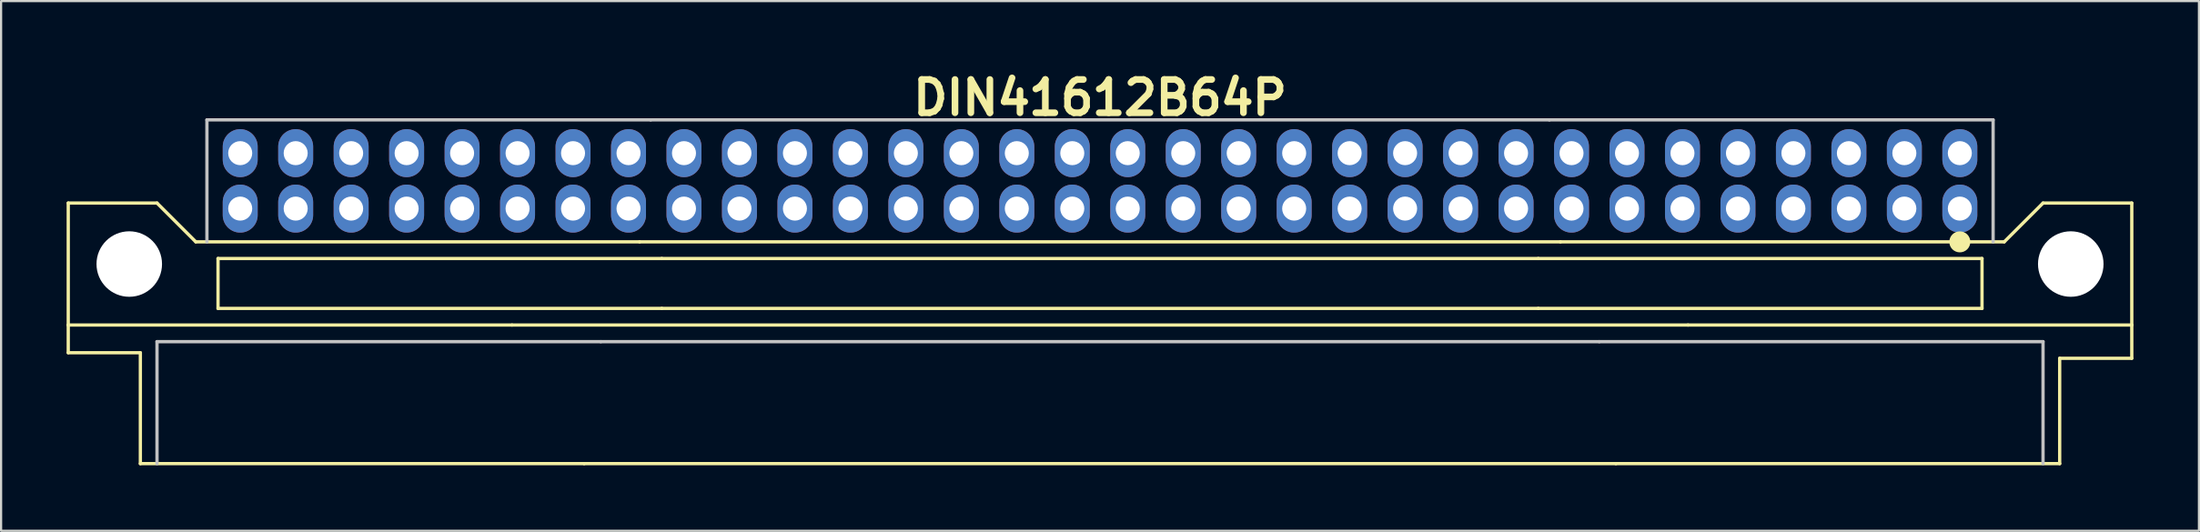
<source format=kicad_pcb>
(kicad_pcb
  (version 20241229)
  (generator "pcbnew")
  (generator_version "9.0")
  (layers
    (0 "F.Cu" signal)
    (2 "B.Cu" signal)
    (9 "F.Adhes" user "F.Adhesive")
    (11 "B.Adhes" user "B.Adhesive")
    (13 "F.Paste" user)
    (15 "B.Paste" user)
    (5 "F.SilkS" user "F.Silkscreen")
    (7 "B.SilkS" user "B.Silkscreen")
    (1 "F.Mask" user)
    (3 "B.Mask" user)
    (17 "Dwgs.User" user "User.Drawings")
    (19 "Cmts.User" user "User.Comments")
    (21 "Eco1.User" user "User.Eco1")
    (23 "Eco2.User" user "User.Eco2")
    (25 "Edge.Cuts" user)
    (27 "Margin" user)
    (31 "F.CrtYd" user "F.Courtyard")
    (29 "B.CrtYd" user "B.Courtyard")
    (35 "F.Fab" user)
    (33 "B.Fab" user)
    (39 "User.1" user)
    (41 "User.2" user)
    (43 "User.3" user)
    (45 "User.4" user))
  (footprint "DIN41612B64P"
    (layer "F.Cu")
    (at 47.319 5.236)
    (property "Reference" "DIN41612B64P" (at 0 -3.81 0) (layer "F.SilkS") (effects (font (size 1.524 1.524) (thickness 0.305))))
    (attr through_hole)
    (fp_line (start -47.244 6.604) (end -47.244 1.016) (stroke (width 0.15) (type solid)) (layer "F.SilkS"))
    (fp_line (start -47.244 6.604) (end -47.244 7.874) (stroke (width 0.15) (type solid)) (layer "F.SilkS"))
    (fp_line (start -47.244 7.874) (end -43.942 7.874) (stroke (width 0.15) (type solid)) (layer "F.SilkS"))
    (fp_line (start -43.942 7.874) (end -43.942 12.954) (stroke (width 0.15) (type solid)) (layer "F.SilkS"))
    (fp_line (start -43.18 1.016) (end -47.244 1.016) (stroke (width 0.15) (type solid)) (layer "F.SilkS"))
    (fp_line (start -41.402 2.794) (end -43.18 1.016) (stroke (width 0.15) (type solid)) (layer "F.SilkS"))
    (fp_line (start -41.402 2.794) (end -21.082 2.794) (stroke (width 0.15) (type solid)) (layer "F.SilkS"))
    (fp_line (start -40.386 3.556) (end -40.386 5.842) (stroke (width 0.15) (type solid)) (layer "F.SilkS"))
    (fp_line (start -26.924 6.604) (end -47.244 6.604) (stroke (width 0.15) (type solid)) (layer "F.SilkS"))
    (fp_line (start -26.924 6.604) (end 26.924 6.604) (stroke (width 0.15) (type solid)) (layer "F.SilkS"))
    (fp_line (start -23.622 12.954) (end -43.942 12.954) (stroke (width 0.15) (type solid)) (layer "F.SilkS"))
    (fp_line (start -23.622 12.954) (end 23.622 12.954) (stroke (width 0.15) (type solid)) (layer "F.SilkS"))
    (fp_line (start -20.066 3.556) (end -40.386 3.556) (stroke (width 0.15) (type solid)) (layer "F.SilkS"))
    (fp_line (start -20.066 5.842) (end -40.386 5.842) (stroke (width 0.15) (type solid)) (layer "F.SilkS"))
    (fp_line (start -20.066 5.842) (end 20.066 5.842) (stroke (width 0.15) (type solid)) (layer "F.SilkS"))
    (fp_line (start 20.066 3.556) (end -20.066 3.556) (stroke (width 0.15) (type solid)) (layer "F.SilkS"))
    (fp_line (start 20.066 5.842) (end 40.386 5.842) (stroke (width 0.15) (type solid)) (layer "F.SilkS"))
    (fp_line (start 21.082 2.794) (end -21.082 2.794) (stroke (width 0.15) (type solid)) (layer "F.SilkS"))
    (fp_line (start 21.082 2.794) (end 41.402 2.794) (stroke (width 0.15) (type solid)) (layer "F.SilkS"))
    (fp_line (start 23.622 12.954) (end 43.942 12.954) (stroke (width 0.15) (type solid)) (layer "F.SilkS"))
    (fp_line (start 26.924 6.604) (end 47.244 6.604) (stroke (width 0.15) (type solid)) (layer "F.SilkS"))
    (fp_line (start 40.386 3.556) (end 20.066 3.556) (stroke (width 0.15) (type solid)) (layer "F.SilkS"))
    (fp_line (start 40.386 5.842) (end 40.386 3.556) (stroke (width 0.15) (type solid)) (layer "F.SilkS"))
    (fp_line (start 41.402 2.794) (end 43.18 1.016) (stroke (width 0.15) (type solid)) (layer "F.SilkS"))
    (fp_line (start 43.18 1.016) (end 47.244 1.016) (stroke (width 0.15) (type solid)) (layer "F.SilkS"))
    (fp_line (start 43.942 12.954) (end 43.942 8.128) (stroke (width 0.15) (type solid)) (layer "F.SilkS"))
    (fp_line (start 47.244 6.604) (end 47.244 1.016) (stroke (width 0.15) (type solid)) (layer "F.SilkS"))
    (fp_line (start 47.244 8.128) (end 43.942 8.128) (stroke (width 0.15) (type solid)) (layer "F.SilkS"))
    (fp_line (start 47.244 8.128) (end 47.244 6.604) (stroke (width 0.15) (type solid)) (layer "F.SilkS"))
    (fp_circle (center 39.37 2.794) (end 39.497 2.794) (stroke (width 0.2) (type solid)) (fill no) (layer "F.SilkS"))
    (fp_circle (center 39.37 2.794) (end 39.624 2.794) (stroke (width 0.2) (type solid)) (fill no) (layer "F.SilkS"))
    (fp_circle (center 39.37 2.794) (end 39.751 2.794) (stroke (width 0.2) (type solid)) (fill no) (layer "F.SilkS"))
    (fp_line (start -43.18 7.366) (end -22.86 7.366) (stroke (width 0.15) (type solid)) (layer "Dwgs.User"))
    (fp_line (start -43.18 12.954) (end -43.18 7.366) (stroke (width 0.15) (type solid)) (layer "Dwgs.User"))
    (fp_line (start -40.894 -2.794) (end -40.894 2.794) (stroke (width 0.15) (type solid)) (layer "Dwgs.User"))
    (fp_line (start -40.894 -2.794) (end -20.574 -2.794) (stroke (width 0.15) (type solid)) (layer "Dwgs.User"))
    (fp_line (start -22.86 7.366) (end 22.86 7.366) (stroke (width 0.15) (type solid)) (layer "Dwgs.User"))
    (fp_line (start 20.574 -2.794) (end -20.574 -2.794) (stroke (width 0.15) (type solid)) (layer "Dwgs.User"))
    (fp_line (start 20.574 -2.794) (end 40.894 -2.794) (stroke (width 0.15) (type solid)) (layer "Dwgs.User"))
    (fp_line (start 22.86 7.366) (end 43.18 7.366) (stroke (width 0.15) (type solid)) (layer "Dwgs.User"))
    (fp_line (start 40.894 2.794) (end 40.894 -2.794) (stroke (width 0.15) (type solid)) (layer "Dwgs.User"))
    (fp_line (start 43.18 7.366) (end 43.18 12.954) (stroke (width 0.15) (type solid)) (layer "Dwgs.User"))
    (pad "" np_thru_hole circle (at -44.45 3.81) (size 3 3) (drill 3) (layers "*.Cu" "*.Mask"))
    (pad "" np_thru_hole circle (at 44.45 3.81) (size 3 3) (drill 3) (layers "*.Cu" "*.Mask"))
    (pad "1A" thru_hole oval (at 39.37 1.27) (size 1.6 2.2) (drill 1.1) (layers "*.Cu" "*.Mask"))
    (pad "1B" thru_hole oval (at 39.37 -1.27) (size 1.6 2.2) (drill 1.1) (layers "*.Cu" "*.Mask"))
    (pad "2A" thru_hole oval (at 36.83 1.27) (size 1.6 2.2) (drill 1.1) (layers "*.Cu" "*.Mask"))
    (pad "2B" thru_hole oval (at 36.83 -1.27) (size 1.6 2.2) (drill 1.1) (layers "*.Cu" "*.Mask"))
    (pad "3A" thru_hole oval (at 34.29 1.27) (size 1.6 2.2) (drill 1.1) (layers "*.Cu" "*.Mask"))
    (pad "3B" thru_hole oval (at 34.29 -1.27) (size 1.6 2.2) (drill 1.1) (layers "*.Cu" "*.Mask"))
    (pad "4A" thru_hole oval (at 31.75 1.27) (size 1.6 2.2) (drill 1.1) (layers "*.Cu" "*.Mask"))
    (pad "4B" thru_hole oval (at 31.75 -1.27) (size 1.6 2.2) (drill 1.1) (layers "*.Cu" "*.Mask"))
    (pad "5A" thru_hole oval (at 29.21 1.27) (size 1.6 2.2) (drill 1.1) (layers "*.Cu" "*.Mask"))
    (pad "5B" thru_hole oval (at 29.21 -1.27) (size 1.6 2.2) (drill 1.1) (layers "*.Cu" "*.Mask"))
    (pad "6A" thru_hole oval (at 26.67 1.27) (size 1.6 2.2) (drill 1.1) (layers "*.Cu" "*.Mask"))
    (pad "6B" thru_hole oval (at 26.67 -1.27) (size 1.6 2.2) (drill 1.1) (layers "*.Cu" "*.Mask"))
    (pad "7A" thru_hole oval (at 24.13 1.27) (size 1.6 2.2) (drill 1.1) (layers "*.Cu" "*.Mask"))
    (pad "7B" thru_hole oval (at 24.13 -1.27) (size 1.6 2.2) (drill 1.1) (layers "*.Cu" "*.Mask"))
    (pad "8A" thru_hole oval (at 21.59 1.27) (size 1.6 2.2) (drill 1.1) (layers "*.Cu" "*.Mask"))
    (pad "8B" thru_hole oval (at 21.59 -1.27) (size 1.6 2.2) (drill 1.1) (layers "*.Cu" "*.Mask"))
    (pad "9A" thru_hole oval (at 19.05 1.27) (size 1.6 2.2) (drill 1.1) (layers "*.Cu" "*.Mask"))
    (pad "9B" thru_hole oval (at 19.05 -1.27) (size 1.6 2.2) (drill 1.1) (layers "*.Cu" "*.Mask"))
    (pad "10A" thru_hole oval (at 16.51 1.27) (size 1.6 2.2) (drill 1.1) (layers "*.Cu" "*.Mask"))
    (pad "10B" thru_hole oval (at 16.51 -1.27) (size 1.6 2.2) (drill 1.1) (layers "*.Cu" "*.Mask"))
    (pad "11A" thru_hole oval (at 13.97 1.27) (size 1.6 2.2) (drill 1.1) (layers "*.Cu" "*.Mask"))
    (pad "11B" thru_hole oval (at 13.97 -1.27) (size 1.6 2.2) (drill 1.1) (layers "*.Cu" "*.Mask"))
    (pad "12A" thru_hole oval (at 11.43 1.27) (size 1.6 2.2) (drill 1.1) (layers "*.Cu" "*.Mask"))
    (pad "12B" thru_hole oval (at 11.43 -1.27) (size 1.6 2.2) (drill 1.1) (layers "*.Cu" "*.Mask"))
    (pad "13A" thru_hole oval (at 8.89 1.27) (size 1.6 2.2) (drill 1.1) (layers "*.Cu" "*.Mask"))
    (pad "13B" thru_hole oval (at 8.89 -1.27) (size 1.6 2.2) (drill 1.1) (layers "*.Cu" "*.Mask"))
    (pad "14A" thru_hole oval (at 6.35 1.27) (size 1.6 2.2) (drill 1.1) (layers "*.Cu" "*.Mask"))
    (pad "14B" thru_hole oval (at 6.35 -1.27) (size 1.6 2.2) (drill 1.1) (layers "*.Cu" "*.Mask"))
    (pad "15A" thru_hole oval (at 3.81 1.27) (size 1.6 2.2) (drill 1.1) (layers "*.Cu" "*.Mask"))
    (pad "15B" thru_hole oval (at 3.81 -1.27) (size 1.6 2.2) (drill 1.1) (layers "*.Cu" "*.Mask"))
    (pad "16A" thru_hole oval (at 1.27 1.27) (size 1.6 2.2) (drill 1.1) (layers "*.Cu" "*.Mask"))
    (pad "16B" thru_hole oval (at 1.27 -1.27) (size 1.6 2.2) (drill 1.1) (layers "*.Cu" "*.Mask"))
    (pad "17A" thru_hole oval (at -1.27 1.27) (size 1.6 2.2) (drill 1.1) (layers "*.Cu" "*.Mask"))
    (pad "17B" thru_hole oval (at -1.27 -1.27) (size 1.6 2.2) (drill 1.1) (layers "*.Cu" "*.Mask"))
    (pad "18A" thru_hole oval (at -3.81 1.27) (size 1.6 2.2) (drill 1.1) (layers "*.Cu" "*.Mask"))
    (pad "18B" thru_hole oval (at -3.81 -1.27) (size 1.6 2.2) (drill 1.1) (layers "*.Cu" "*.Mask"))
    (pad "19A" thru_hole oval (at -6.35 1.27) (size 1.6 2.2) (drill 1.1) (layers "*.Cu" "*.Mask"))
    (pad "19B" thru_hole oval (at -6.35 -1.27) (size 1.6 2.2) (drill 1.1) (layers "*.Cu" "*.Mask"))
    (pad "20A" thru_hole oval (at -8.89 1.27) (size 1.6 2.2) (drill 1.1) (layers "*.Cu" "*.Mask"))
    (pad "20B" thru_hole oval (at -8.89 -1.27) (size 1.6 2.2) (drill 1.1) (layers "*.Cu" "*.Mask"))
    (pad "21A" thru_hole oval (at -11.43 1.27) (size 1.6 2.2) (drill 1.1) (layers "*.Cu" "*.Mask"))
    (pad "21B" thru_hole oval (at -11.43 -1.27) (size 1.6 2.2) (drill 1.1) (layers "*.Cu" "*.Mask"))
    (pad "22A" thru_hole oval (at -13.97 1.27) (size 1.6 2.2) (drill 1.1) (layers "*.Cu" "*.Mask"))
    (pad "22B" thru_hole oval (at -13.97 -1.27) (size 1.6 2.2) (drill 1.1) (layers "*.Cu" "*.Mask"))
    (pad "23A" thru_hole oval (at -16.51 1.27) (size 1.6 2.2) (drill 1.1) (layers "*.Cu" "*.Mask"))
    (pad "23B" thru_hole oval (at -16.51 -1.27) (size 1.6 2.2) (drill 1.1) (layers "*.Cu" "*.Mask"))
    (pad "24A" thru_hole oval (at -19.05 1.27) (size 1.6 2.2) (drill 1.1) (layers "*.Cu" "*.Mask"))
    (pad "24B" thru_hole oval (at -19.05 -1.27) (size 1.6 2.2) (drill 1.1) (layers "*.Cu" "*.Mask"))
    (pad "25A" thru_hole oval (at -21.59 1.27) (size 1.6 2.2) (drill 1.1) (layers "*.Cu" "*.Mask"))
    (pad "25B" thru_hole oval (at -21.59 -1.27) (size 1.6 2.2) (drill 1.1) (layers "*.Cu" "*.Mask"))
    (pad "26A" thru_hole oval (at -24.13 1.27) (size 1.6 2.2) (drill 1.1) (layers "*.Cu" "*.Mask"))
    (pad "26B" thru_hole oval (at -24.13 -1.27) (size 1.6 2.2) (drill 1.1) (layers "*.Cu" "*.Mask"))
    (pad "27A" thru_hole oval (at -26.67 1.27) (size 1.6 2.2) (drill 1.1) (layers "*.Cu" "*.Mask"))
    (pad "27B" thru_hole oval (at -26.67 -1.27) (size 1.6 2.2) (drill 1.1) (layers "*.Cu" "*.Mask"))
    (pad "28A" thru_hole oval (at -29.21 1.27) (size 1.6 2.2) (drill 1.1) (layers "*.Cu" "*.Mask"))
    (pad "28B" thru_hole oval (at -29.21 -1.27) (size 1.6 2.2) (drill 1.1) (layers "*.Cu" "*.Mask"))
    (pad "29A" thru_hole oval (at -31.75 1.27) (size 1.6 2.2) (drill 1.1) (layers "*.Cu" "*.Mask"))
    (pad "29B" thru_hole oval (at -31.75 -1.27) (size 1.6 2.2) (drill 1.1) (layers "*.Cu" "*.Mask"))
    (pad "30A" thru_hole oval (at -34.29 1.27) (size 1.6 2.2) (drill 1.1) (layers "*.Cu" "*.Mask"))
    (pad "30B" thru_hole oval (at -34.29 -1.27) (size 1.6 2.2) (drill 1.1) (layers "*.Cu" "*.Mask"))
    (pad "31A" thru_hole oval (at -36.83 1.27) (size 1.6 2.2) (drill 1.1) (layers "*.Cu" "*.Mask"))
    (pad "31B" thru_hole oval (at -36.83 -1.27) (size 1.6 2.2) (drill 1.1) (layers "*.Cu" "*.Mask"))
    (pad "32A" thru_hole oval (at -39.37 1.27) (size 1.6 2.2) (drill 1.1) (layers "*.Cu" "*.Mask"))
    (pad "32B" thru_hole oval (at -39.37 -1.27) (size 1.6 2.2) (drill 1.1) (layers "*.Cu" "*.Mask")))
  (gr_rect
    (start -3 -3)
    (end 97.638 21.265)
    (stroke (width 0.1) (type default))
    (fill no)
    (layer "Edge.Cuts")))
</source>
